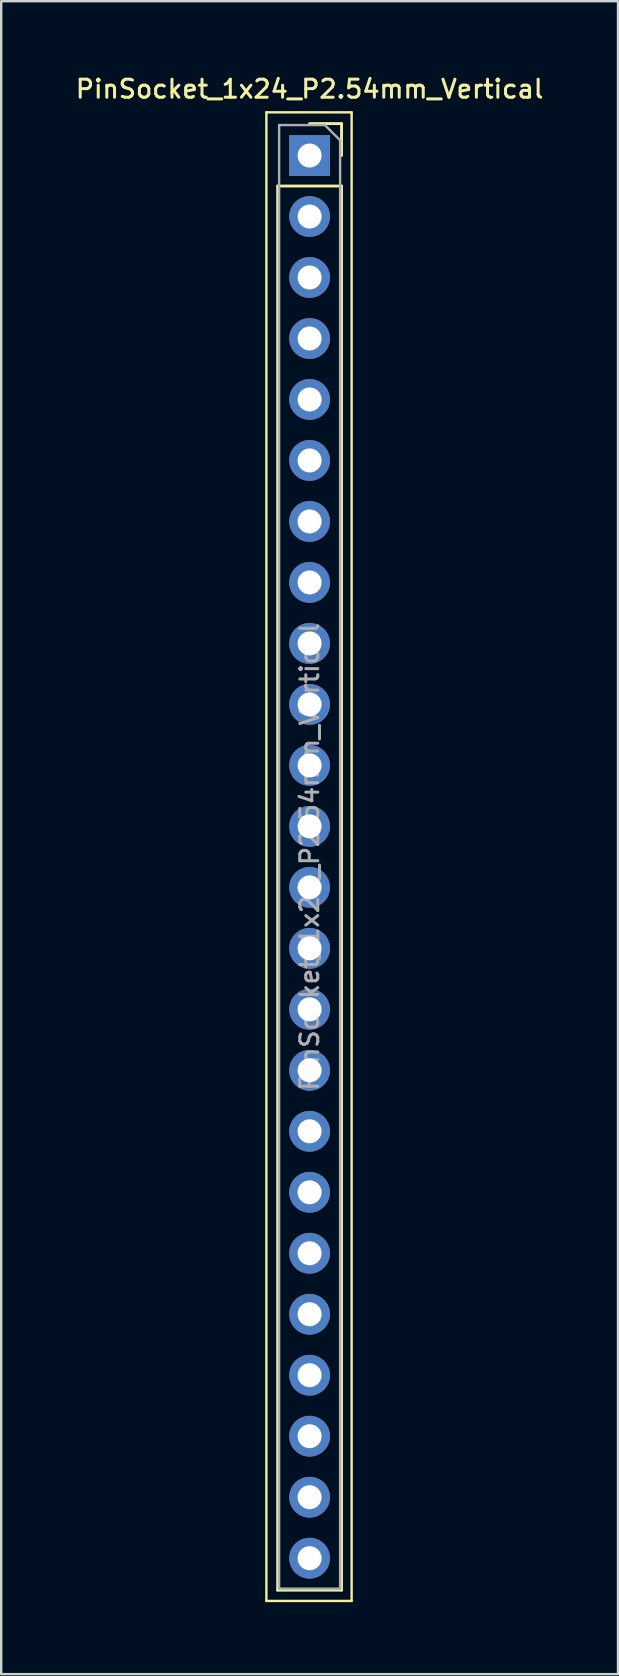
<source format=kicad_pcb>
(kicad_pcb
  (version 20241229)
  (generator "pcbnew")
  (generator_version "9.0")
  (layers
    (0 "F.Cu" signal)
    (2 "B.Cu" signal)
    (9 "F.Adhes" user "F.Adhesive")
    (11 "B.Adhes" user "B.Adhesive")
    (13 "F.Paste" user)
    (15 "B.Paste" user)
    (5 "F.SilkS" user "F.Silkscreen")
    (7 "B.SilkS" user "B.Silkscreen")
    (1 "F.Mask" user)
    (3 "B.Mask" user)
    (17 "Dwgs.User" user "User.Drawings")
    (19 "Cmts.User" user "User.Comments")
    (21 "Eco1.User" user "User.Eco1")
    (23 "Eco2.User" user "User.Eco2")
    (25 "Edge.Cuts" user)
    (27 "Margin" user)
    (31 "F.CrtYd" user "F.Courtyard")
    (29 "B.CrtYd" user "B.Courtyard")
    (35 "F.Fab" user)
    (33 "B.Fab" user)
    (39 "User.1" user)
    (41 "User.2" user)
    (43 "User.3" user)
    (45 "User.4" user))
  (footprint "PinSocket_1x24_P2.54mm_Vertical"
    (layer "F.Cu")
    (at 9.845 3.428)
    (property "Reference" "PinSocket_1x24_P2.54mm_Vertical" (at 0 -2.77 0) (layer "F.SilkS") (effects (font (size 0.75 0.75) (thickness 0.125))))
    (attr through_hole)
    (fp_line (start -1.8 -1.8) (end 1.75 -1.8) (stroke (width 0.1) (type solid)) (layer "F.SilkS"))
    (fp_line (start -1.8 60.2) (end -1.8 -1.8) (stroke (width 0.1) (type solid)) (layer "F.SilkS"))
    (fp_line (start -1.33 1.27) (end -1.33 59.75) (stroke (width 0.12) (type solid)) (layer "F.SilkS"))
    (fp_line (start -1.33 1.27) (end 1.33 1.27) (stroke (width 0.12) (type solid)) (layer "F.SilkS"))
    (fp_line (start -1.33 59.75) (end 1.33 59.75) (stroke (width 0.12) (type solid)) (layer "F.SilkS"))
    (fp_line (start 0 -1.33) (end 1.33 -1.33) (stroke (width 0.12) (type solid)) (layer "F.SilkS"))
    (fp_line (start 1.33 -1.33) (end 1.33 0) (stroke (width 0.12) (type solid)) (layer "F.SilkS"))
    (fp_line (start 1.33 1.27) (end 1.33 59.75) (stroke (width 0.12) (type solid)) (layer "F.SilkS"))
    (fp_line (start 1.75 -1.8) (end 1.75 60.2) (stroke (width 0.1) (type solid)) (layer "F.SilkS"))
    (fp_line (start 1.75 60.2) (end -1.8 60.2) (stroke (width 0.1) (type solid)) (layer "F.SilkS"))
    (fp_line (start -1.27 -1.27) (end 0.635 -1.27) (stroke (width 0.1) (type solid)) (layer "F.Fab"))
    (fp_line (start -1.27 59.69) (end -1.27 -1.27) (stroke (width 0.1) (type solid)) (layer "F.Fab"))
    (fp_line (start 0.635 -1.27) (end 1.27 -0.635) (stroke (width 0.1) (type solid)) (layer "F.Fab"))
    (fp_line (start 1.27 -0.635) (end 1.27 59.69) (stroke (width 0.1) (type solid)) (layer "F.Fab"))
    (fp_line (start 1.27 59.69) (end -1.27 59.69) (stroke (width 0.1) (type solid)) (layer "F.Fab"))
    (fp_text user "${REFERENCE}" (at 0 29.21 90) (layer "F.Fab") (effects (font (size 0.75 0.75) (thickness 0.125))))
    (pad "1" thru_hole rect (at 0 0) (size 1.7 1.7) (drill 1) (layers "*.Cu" "*.Mask"))
    (pad "2" thru_hole oval (at 0 2.54) (size 1.7 1.7) (drill 1) (layers "*.Cu" "*.Mask"))
    (pad "3" thru_hole oval (at 0 5.08) (size 1.7 1.7) (drill 1) (layers "*.Cu" "*.Mask"))
    (pad "4" thru_hole oval (at 0 7.62) (size 1.7 1.7) (drill 1) (layers "*.Cu" "*.Mask"))
    (pad "5" thru_hole oval (at 0 10.16) (size 1.7 1.7) (drill 1) (layers "*.Cu" "*.Mask"))
    (pad "6" thru_hole oval (at 0 12.7) (size 1.7 1.7) (drill 1) (layers "*.Cu" "*.Mask"))
    (pad "7" thru_hole oval (at 0 15.24) (size 1.7 1.7) (drill 1) (layers "*.Cu" "*.Mask"))
    (pad "8" thru_hole oval (at 0 17.78) (size 1.7 1.7) (drill 1) (layers "*.Cu" "*.Mask"))
    (pad "9" thru_hole oval (at 0 20.32) (size 1.7 1.7) (drill 1) (layers "*.Cu" "*.Mask"))
    (pad "10" thru_hole oval (at 0 22.86) (size 1.7 1.7) (drill 1) (layers "*.Cu" "*.Mask"))
    (pad "11" thru_hole oval (at 0 25.4) (size 1.7 1.7) (drill 1) (layers "*.Cu" "*.Mask"))
    (pad "12" thru_hole oval (at 0 27.94) (size 1.7 1.7) (drill 1) (layers "*.Cu" "*.Mask"))
    (pad "13" thru_hole oval (at 0 30.48) (size 1.7 1.7) (drill 1) (layers "*.Cu" "*.Mask"))
    (pad "14" thru_hole oval (at 0 33.02) (size 1.7 1.7) (drill 1) (layers "*.Cu" "*.Mask"))
    (pad "15" thru_hole oval (at 0 35.56) (size 1.7 1.7) (drill 1) (layers "*.Cu" "*.Mask"))
    (pad "16" thru_hole oval (at 0 38.1) (size 1.7 1.7) (drill 1) (layers "*.Cu" "*.Mask"))
    (pad "17" thru_hole oval (at 0 40.64) (size 1.7 1.7) (drill 1) (layers "*.Cu" "*.Mask"))
    (pad "18" thru_hole oval (at 0 43.18) (size 1.7 1.7) (drill 1) (layers "*.Cu" "*.Mask"))
    (pad "19" thru_hole oval (at 0 45.72) (size 1.7 1.7) (drill 1) (layers "*.Cu" "*.Mask"))
    (pad "20" thru_hole oval (at 0 48.26) (size 1.7 1.7) (drill 1) (layers "*.Cu" "*.Mask"))
    (pad "21" thru_hole oval (at 0 50.8) (size 1.7 1.7) (drill 1) (layers "*.Cu" "*.Mask"))
    (pad "22" thru_hole oval (at 0 53.34) (size 1.7 1.7) (drill 1) (layers "*.Cu" "*.Mask"))
    (pad "23" thru_hole oval (at 0 55.88) (size 1.7 1.7) (drill 1) (layers "*.Cu" "*.Mask"))
    (pad "24" thru_hole oval (at 0 58.42) (size 1.7 1.7) (drill 1) (layers "*.Cu" "*.Mask")))
  (gr_rect
    (start -3 -3)
    (end 22.689 66.678)
    (stroke (width 0.1) (type default))
    (fill no)
    (layer "Edge.Cuts")))
</source>
